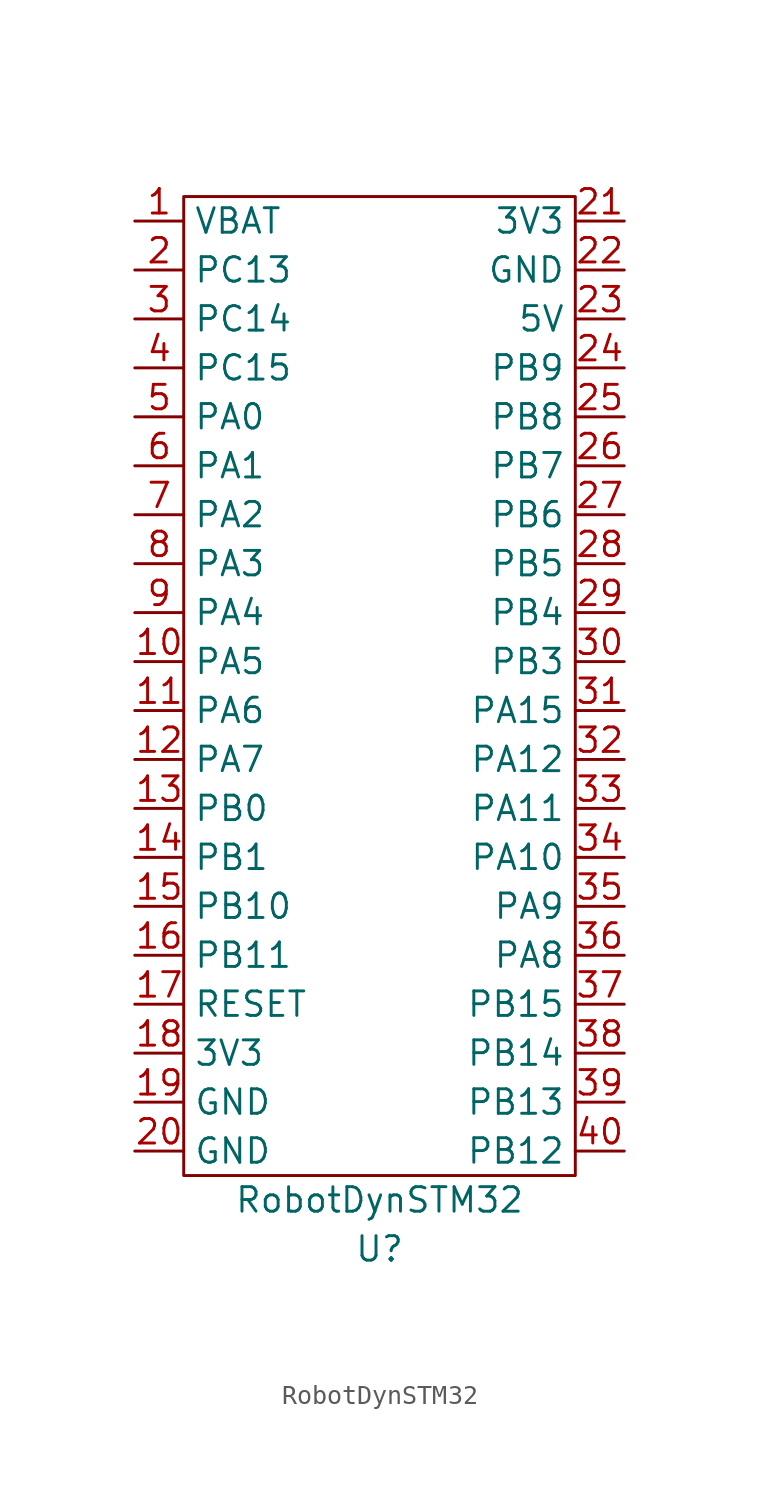
<source format=kicad_sym>
(kicad_symbol_lib
  (version 20200126)
  (host kicad_symbol_editor "(5.99.0-1933-g2401ed587)")
  (symbol "ck-parts:RobotDynSTM32"
    (property "Reference" "U"
      (at 0 -36.83 0)
      (effects (font (size 1.27 1.27))))
    (property "Value" "RobotDynSTM32"
      (at 0 -34.29 0)
      (effects (font (size 1.27 1.27))))
    (symbol "RobotDynSTM32_0_1"
      (rectangle (start 10.16 17.78) (end -10.16 -33.02) (stroke (width 0)) (fill (type none))))
    (symbol "RobotDynSTM32_1_1"
      (pin passive line (at -12.7 16.51 0) (length 2.54) (name "VBAT" (effects (font (size 1.27 1.27)))) (number "1" (effects (font (size 1.27 1.27)))))
      (pin passive line (at -12.7 -6.35 0) (length 2.54) (name "PA5" (effects (font (size 1.27 1.27)))) (number "10" (effects (font (size 1.27 1.27)))))
      (pin passive line (at -12.7 -8.89 0) (length 2.54) (name "PA6" (effects (font (size 1.27 1.27)))) (number "11" (effects (font (size 1.27 1.27)))))
      (pin passive line (at -12.7 -11.43 0) (length 2.54) (name "PA7" (effects (font (size 1.27 1.27)))) (number "12" (effects (font (size 1.27 1.27)))))
      (pin passive line (at -12.7 -13.97 0) (length 2.54) (name "PB0" (effects (font (size 1.27 1.27)))) (number "13" (effects (font (size 1.27 1.27)))))
      (pin passive line (at -12.7 -16.51 0) (length 2.54) (name "PB1" (effects (font (size 1.27 1.27)))) (number "14" (effects (font (size 1.27 1.27)))))
      (pin passive line (at -12.7 -19.05 0) (length 2.54) (name "PB10" (effects (font (size 1.27 1.27)))) (number "15" (effects (font (size 1.27 1.27)))))
      (pin passive line (at -12.7 -21.59 0) (length 2.54) (name "PB11" (effects (font (size 1.27 1.27)))) (number "16" (effects (font (size 1.27 1.27)))))
      (pin passive line (at -12.7 -24.13 0) (length 2.54) (name "RESET" (effects (font (size 1.27 1.27)))) (number "17" (effects (font (size 1.27 1.27)))))
      (pin passive line (at -12.7 -26.67 0) (length 2.54) (name "3V3" (effects (font (size 1.27 1.27)))) (number "18" (effects (font (size 1.27 1.27)))))
      (pin passive line (at -12.7 -29.21 0) (length 2.54) (name "GND" (effects (font (size 1.27 1.27)))) (number "19" (effects (font (size 1.27 1.27)))))
      (pin passive line (at -12.7 13.97 0) (length 2.54) (name "PC13" (effects (font (size 1.27 1.27)))) (number "2" (effects (font (size 1.27 1.27)))))
      (pin passive line (at -12.7 -31.75 0) (length 2.54) (name "GND" (effects (font (size 1.27 1.27)))) (number "20" (effects (font (size 1.27 1.27)))))
      (pin passive line (at 12.7 16.51 180) (length 2.54) (name "3V3" (effects (font (size 1.27 1.27)))) (number "21" (effects (font (size 1.27 1.27)))))
      (pin passive line (at 12.7 13.97 180) (length 2.54) (name "GND" (effects (font (size 1.27 1.27)))) (number "22" (effects (font (size 1.27 1.27)))))
      (pin passive line (at 12.7 11.43 180) (length 2.54) (name "5V" (effects (font (size 1.27 1.27)))) (number "23" (effects (font (size 1.27 1.27)))))
      (pin passive line (at 12.7 8.89 180) (length 2.54) (name "PB9" (effects (font (size 1.27 1.27)))) (number "24" (effects (font (size 1.27 1.27)))))
      (pin passive line (at 12.7 6.35 180) (length 2.54) (name "PB8" (effects (font (size 1.27 1.27)))) (number "25" (effects (font (size 1.27 1.27)))))
      (pin passive line (at 12.7 3.81 180) (length 2.54) (name "PB7" (effects (font (size 1.27 1.27)))) (number "26" (effects (font (size 1.27 1.27)))))
      (pin passive line (at 12.7 1.27 180) (length 2.54) (name "PB6" (effects (font (size 1.27 1.27)))) (number "27" (effects (font (size 1.27 1.27)))))
      (pin passive line (at 12.7 -1.27 180) (length 2.54) (name "PB5" (effects (font (size 1.27 1.27)))) (number "28" (effects (font (size 1.27 1.27)))))
      (pin passive line (at 12.7 -3.81 180) (length 2.54) (name "PB4" (effects (font (size 1.27 1.27)))) (number "29" (effects (font (size 1.27 1.27)))))
      (pin passive line (at -12.7 11.43 0) (length 2.54) (name "PC14" (effects (font (size 1.27 1.27)))) (number "3" (effects (font (size 1.27 1.27)))))
      (pin passive line (at 12.7 -6.35 180) (length 2.54) (name "PB3" (effects (font (size 1.27 1.27)))) (number "30" (effects (font (size 1.27 1.27)))))
      (pin passive line (at 12.7 -8.89 180) (length 2.54) (name "PA15" (effects (font (size 1.27 1.27)))) (number "31" (effects (font (size 1.27 1.27)))))
      (pin passive line (at 12.7 -11.43 180) (length 2.54) (name "PA12" (effects (font (size 1.27 1.27)))) (number "32" (effects (font (size 1.27 1.27)))))
      (pin passive line (at 12.7 -13.97 180) (length 2.54) (name "PA11" (effects (font (size 1.27 1.27)))) (number "33" (effects (font (size 1.27 1.27)))))
      (pin passive line (at 12.7 -16.51 180) (length 2.54) (name "PA10" (effects (font (size 1.27 1.27)))) (number "34" (effects (font (size 1.27 1.27)))))
      (pin passive line (at 12.7 -19.05 180) (length 2.54) (name "PA9" (effects (font (size 1.27 1.27)))) (number "35" (effects (font (size 1.27 1.27)))))
      (pin passive line (at 12.7 -21.59 180) (length 2.54) (name "PA8" (effects (font (size 1.27 1.27)))) (number "36" (effects (font (size 1.27 1.27)))))
      (pin passive line (at 12.7 -24.13 180) (length 2.54) (name "PB15" (effects (font (size 1.27 1.27)))) (number "37" (effects (font (size 1.27 1.27)))))
      (pin passive line (at 12.7 -26.67 180) (length 2.54) (name "PB14" (effects (font (size 1.27 1.27)))) (number "38" (effects (font (size 1.27 1.27)))))
      (pin passive line (at 12.7 -29.21 180) (length 2.54) (name "PB13" (effects (font (size 1.27 1.27)))) (number "39" (effects (font (size 1.27 1.27)))))
      (pin passive line (at -12.7 8.89 0) (length 2.54) (name "PC15" (effects (font (size 1.27 1.27)))) (number "4" (effects (font (size 1.27 1.27)))))
      (pin passive line (at 12.7 -31.75 180) (length 2.54) (name "PB12" (effects (font (size 1.27 1.27)))) (number "40" (effects (font (size 1.27 1.27)))))
      (pin passive line (at -12.7 6.35 0) (length 2.54) (name "PA0" (effects (font (size 1.27 1.27)))) (number "5" (effects (font (size 1.27 1.27)))))
      (pin passive line (at -12.7 3.81 0) (length 2.54) (name "PA1" (effects (font (size 1.27 1.27)))) (number "6" (effects (font (size 1.27 1.27)))))
      (pin passive line (at -12.7 1.27 0) (length 2.54) (name "PA2" (effects (font (size 1.27 1.27)))) (number "7" (effects (font (size 1.27 1.27)))))
      (pin passive line (at -12.7 -1.27 0) (length 2.54) (name "PA3" (effects (font (size 1.27 1.27)))) (number "8" (effects (font (size 1.27 1.27)))))
      (pin passive line (at -12.7 -3.81 0) (length 2.54) (name "PA4" (effects (font (size 1.27 1.27)))) (number "9" (effects (font (size 1.27 1.27))))))))
</source>
